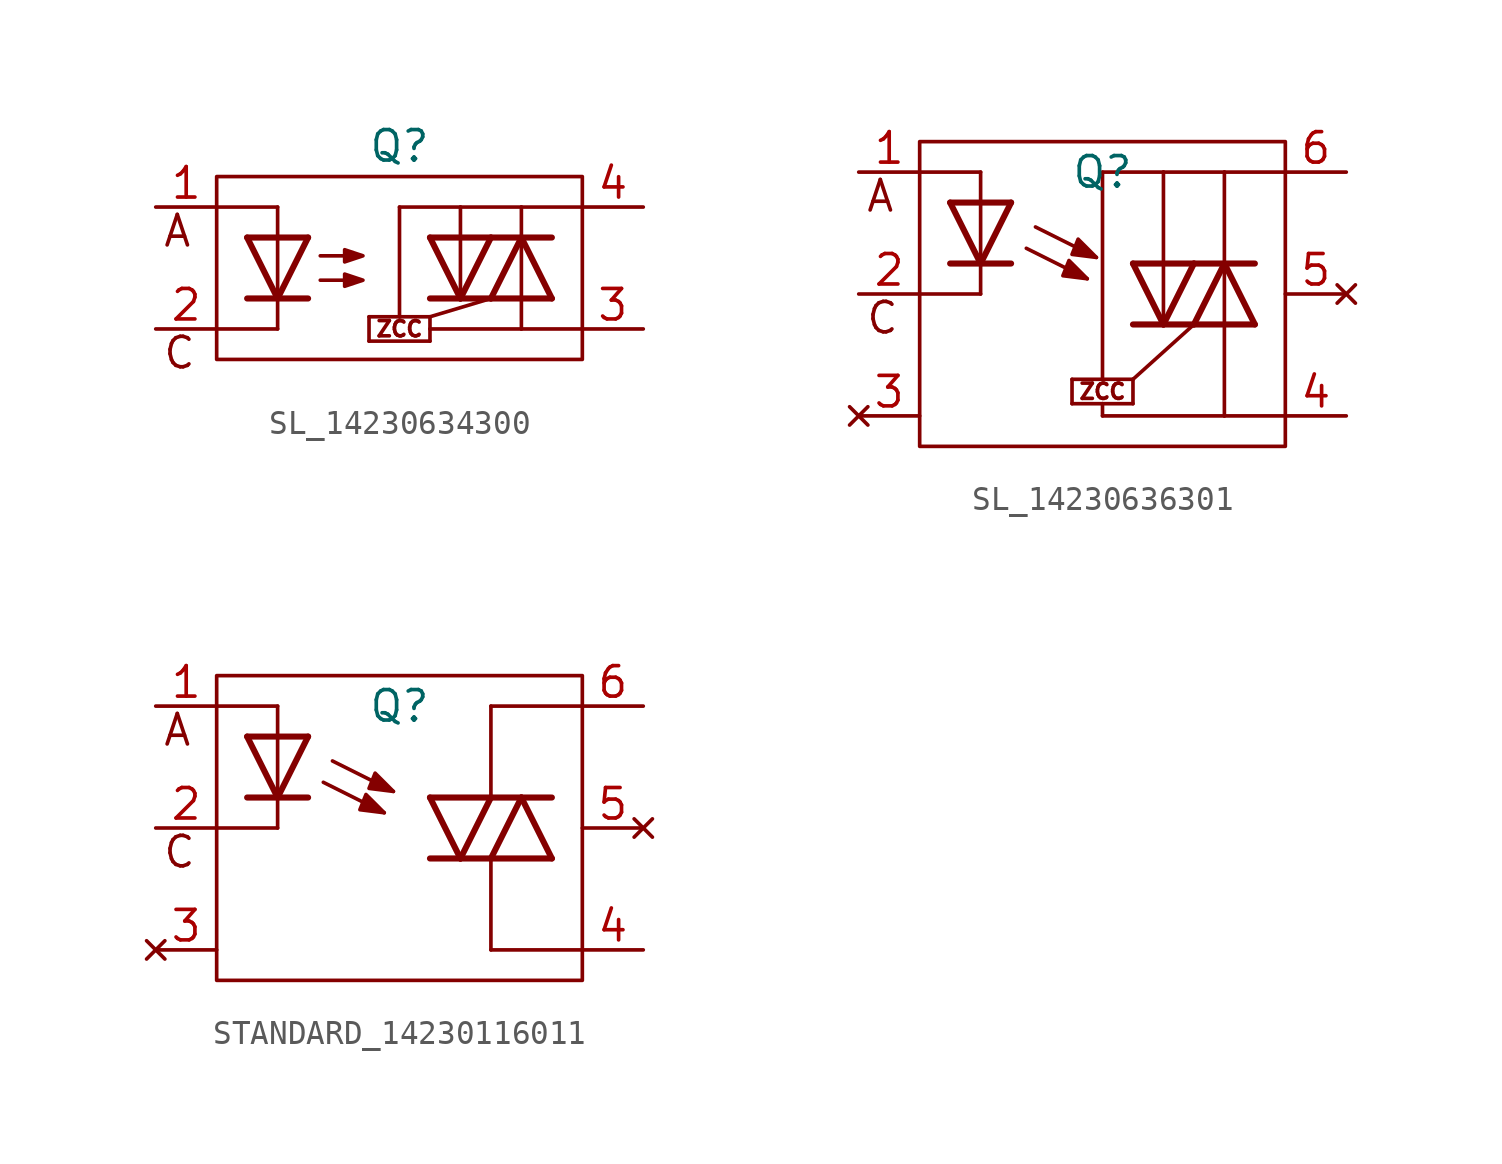
<source format=kicad_sym>
(kicad_symbol_lib
  (version 20220914)
  (generator kicad_symbol_editor)
  (symbol "SL_14230634300"
    (pin_names hide)
    (property "Reference" "Q"
      (at 0 5.08 0)
      (effects (font (size 1.27 1.27))))
    (symbol "SL_14230634300_0_0"
      (polyline (pts (xy -5.08 -2.54) (xy -7.62 -2.54)) (stroke (width 0.152) (type default)) (fill (type none)))
      (polyline (pts (xy -5.08 -1.27) (xy -6.35 -1.27)) (stroke (width 0.254) (type default)) (fill (type none)))
      (polyline (pts (xy -5.08 -1.27) (xy -6.35 1.27)) (stroke (width 0.254) (type default)) (fill (type none)))
      (polyline (pts (xy -5.08 -1.27) (xy -5.08 -2.54)) (stroke (width 0.152) (type default)) (fill (type none)))
      (polyline (pts (xy -5.08 1.27) (xy -6.35 1.27)) (stroke (width 0.254) (type default)) (fill (type none)))
      (polyline (pts (xy -5.08 1.27) (xy -5.08 -1.27)) (stroke (width 0.152) (type default)) (fill (type none)))
      (polyline (pts (xy -5.08 1.27) (xy -5.08 2.54)) (stroke (width 0.152) (type default)) (fill (type none)))
      (polyline (pts (xy -3.81 -1.27) (xy -5.08 -1.27)) (stroke (width 0.254) (type default)) (fill (type none)))
      (polyline (pts (xy -3.81 1.27) (xy -5.08 -1.27)) (stroke (width 0.254) (type default)) (fill (type none)))
      (polyline (pts (xy -3.81 1.27) (xy -5.08 1.27)) (stroke (width 0.254) (type default)) (fill (type none)))
      (polyline (pts (xy -3.302 -0.508) (xy -2.032 -0.508)) (stroke (width 0.152) (type default)) (fill (type none)))
      (polyline (pts (xy -3.302 0.508) (xy -2.032 0.508)) (stroke (width 0.152) (type default)) (fill (type none)))
      (polyline (pts (xy -1.27 -3.048) (xy -1.27 -2.032)) (stroke (width 0.152) (type default)) (fill (type none)))
      (polyline (pts (xy -1.27 -2.032) (xy 0 -2.032)) (stroke (width 0.152) (type default)) (fill (type none)))
      (polyline (pts (xy 0 -2.032) (xy 1.27 -2.032)) (stroke (width 0.152) (type default)) (fill (type none)))
      (polyline (pts (xy 0 2.54) (xy 0 -2.032)) (stroke (width 0.152) (type default)) (fill (type none)))
      (polyline (pts (xy 1.27 -3.048) (xy -1.27 -3.048)) (stroke (width 0.152) (type default)) (fill (type none)))
      (polyline (pts (xy 1.27 -2.54) (xy 1.27 -3.048)) (stroke (width 0.152) (type default)) (fill (type none)))
      (polyline (pts (xy 1.27 -2.54) (xy 5.08 -2.54)) (stroke (width 0.152) (type default)) (fill (type none)))
      (polyline (pts (xy 1.27 -2.032) (xy 1.27 -2.54)) (stroke (width 0.152) (type default)) (fill (type none)))
      (polyline (pts (xy 2.54 -1.27) (xy 1.27 -1.27)) (stroke (width 0.254) (type default)) (fill (type none)))
      (polyline (pts (xy 2.54 -1.27) (xy 1.27 1.27)) (stroke (width 0.254) (type default)) (fill (type none)))
      (polyline (pts (xy 2.54 1.27) (xy 1.27 1.27)) (stroke (width 0.254) (type default)) (fill (type none)))
      (polyline (pts (xy 2.54 1.27) (xy 2.54 -1.27)) (stroke (width 0.152) (type default)) (fill (type none)))
      (polyline (pts (xy 2.54 1.27) (xy 2.54 2.54)) (stroke (width 0.152) (type default)) (fill (type none)))
      (polyline (pts (xy 2.54 2.54) (xy 0 2.54)) (stroke (width 0.152) (type default)) (fill (type none)))
      (polyline (pts (xy 3.81 -1.27) (xy 1.27 -2.032)) (stroke (width 0.152) (type default)) (fill (type none)))
      (polyline (pts (xy 3.81 -1.27) (xy 2.54 -1.27)) (stroke (width 0.254) (type default)) (fill (type none)))
      (polyline (pts (xy 3.81 -1.27) (xy 5.08 -1.27)) (stroke (width 0.254) (type default)) (fill (type none)))
      (polyline (pts (xy 3.81 -1.27) (xy 5.08 1.27)) (stroke (width 0.254) (type default)) (fill (type none)))
      (polyline (pts (xy 3.81 1.27) (xy 2.54 -1.27)) (stroke (width 0.254) (type default)) (fill (type none)))
      (polyline (pts (xy 3.81 1.27) (xy 2.54 1.27)) (stroke (width 0.254) (type default)) (fill (type none)))
      (polyline (pts (xy 3.81 1.27) (xy 5.08 1.27)) (stroke (width 0.254) (type default)) (fill (type none)))
      (polyline (pts (xy 5.08 -1.27) (xy 5.08 -2.54)) (stroke (width 0.152) (type default)) (fill (type none)))
      (polyline (pts (xy 5.08 -1.27) (xy 5.08 1.27)) (stroke (width 0.152) (type default)) (fill (type none)))
      (polyline (pts (xy 5.08 -1.27) (xy 6.35 -1.27)) (stroke (width 0.254) (type default)) (fill (type none)))
      (polyline (pts (xy 5.08 1.27) (xy 5.08 2.54)) (stroke (width 0.152) (type default)) (fill (type none)))
      (polyline (pts (xy 5.08 1.27) (xy 6.35 -1.27)) (stroke (width 0.254) (type default)) (fill (type none)))
      (polyline (pts (xy 5.08 1.27) (xy 6.35 1.27)) (stroke (width 0.254) (type default)) (fill (type none)))
      (polyline (pts (xy 5.08 2.54) (xy 2.54 2.54)) (stroke (width 0.152) (type default)) (fill (type none)))
      (polyline (pts (xy 7.62 -2.54) (xy 5.08 -2.54)) (stroke (width 0.152) (type default)) (fill (type none)))
      (polyline (pts (xy 7.62 2.54) (xy 5.08 2.54)) (stroke (width 0.152) (type default)) (fill (type none)))
      (polyline (pts (xy -2.286 -0.254) (xy -1.524 -0.508) (xy -2.286 -0.762) (xy -2.286 -0.254)) (stroke (width 0.152) (type default)) (fill (type outline)))
      (polyline (pts (xy -2.286 0.762) (xy -1.524 0.508) (xy -2.286 0.254) (xy -2.286 0.762)) (stroke (width 0.152) (type default)) (fill (type outline)))
      (text "A" (at -9.906 2.286 0) (effects (font (size 1.27 1.27)) (justify left top)))
      (text "C" (at -9.906 -2.794 0) (effects (font (size 1.27 1.27)) (justify left top))))
    (symbol "SL_14230634300_0_1"
      (rectangle (start -7.62 3.81) (end 7.62 -3.81) (stroke (width 0) (type default)) (fill (type none))))
    (symbol "SL_14230634300_1_0"
      (polyline (pts (xy -5.08 2.54) (xy -7.62 2.54)) (stroke (width 0.152) (type default)) (fill (type none)))
      (text "ZCC" (at 0 -2.54 0) (effects (font (size 0.635 0.635))))
      (pin passive line (at -10.16 2.54 0) (length 2.54) (name "Anode" (effects (font (size 1.27 1.27)))) (number "1" (effects (font (size 1.27 1.27)))))
      (pin passive line (at -10.16 -2.54 0) (length 2.54) (name "Cathode" (effects (font (size 1.27 1.27)))) (number "2" (effects (font (size 1.27 1.27)))))
      (pin passive line (at 10.16 -2.54 180) (length 2.54) (name "Teminal" (effects (font (size 1.27 1.27)))) (number "3" (effects (font (size 1.27 1.27)))))
      (pin passive line (at 10.16 2.54 180) (length 2.54) (name "Teminal" (effects (font (size 1.27 1.27)))) (number "4" (effects (font (size 1.27 1.27)))))))
  (symbol "SL_14230636301"
    (pin_names hide)
    (property "Reference" "Q"
      (at 0 5.08 0)
      (effects (font (size 1.27 1.27))))
    (symbol "SL_14230636301_0_0"
      (rectangle (start -7.62 6.35) (end 7.62 -6.35) (stroke (width 0) (type default)) (fill (type none)))
      (polyline (pts (xy -5.08 0) (xy -7.62 0)) (stroke (width 0.152) (type default)) (fill (type none)))
      (polyline (pts (xy -5.08 1.27) (xy -6.35 1.27)) (stroke (width 0.254) (type default)) (fill (type none)))
      (polyline (pts (xy -5.08 1.27) (xy -6.35 3.81)) (stroke (width 0.254) (type default)) (fill (type none)))
      (polyline (pts (xy -5.08 1.27) (xy -5.08 0)) (stroke (width 0.152) (type default)) (fill (type none)))
      (polyline (pts (xy -5.08 3.81) (xy -6.35 3.81)) (stroke (width 0.254) (type default)) (fill (type none)))
      (polyline (pts (xy -5.08 3.81) (xy -5.08 1.27)) (stroke (width 0.152) (type default)) (fill (type none)))
      (polyline (pts (xy -5.08 3.81) (xy -5.08 5.08)) (stroke (width 0.152) (type default)) (fill (type none)))
      (polyline (pts (xy -5.08 5.08) (xy -7.62 5.08)) (stroke (width 0.152) (type default)) (fill (type none)))
      (polyline (pts (xy -3.81 1.27) (xy -5.08 1.27)) (stroke (width 0.254) (type default)) (fill (type none)))
      (polyline (pts (xy -3.81 3.81) (xy -5.08 1.27)) (stroke (width 0.254) (type default)) (fill (type none)))
      (polyline (pts (xy -3.81 3.81) (xy -5.08 3.81)) (stroke (width 0.254) (type default)) (fill (type none)))
      (polyline (pts (xy -3.175 1.905) (xy -0.635 0.635)) (stroke (width 0.152) (type default)) (fill (type none)))
      (polyline (pts (xy -2.794 2.794) (xy -0.254 1.524)) (stroke (width 0.152) (type default)) (fill (type none)))
      (polyline (pts (xy -1.27 -4.572) (xy -1.27 -3.556)) (stroke (width 0.152) (type default)) (fill (type none)))
      (polyline (pts (xy -1.27 -3.556) (xy 0 -3.556)) (stroke (width 0.152) (type default)) (fill (type none)))
      (polyline (pts (xy 0 -5.08) (xy 5.08 -5.08)) (stroke (width 0.152) (type default)) (fill (type none)))
      (polyline (pts (xy 0 -4.572) (xy -1.27 -4.572)) (stroke (width 0.152) (type default)) (fill (type none)))
      (polyline (pts (xy 0 -4.572) (xy 0 -5.08)) (stroke (width 0.152) (type default)) (fill (type none)))
      (polyline (pts (xy 0 -3.556) (xy 1.27 -3.556)) (stroke (width 0.152) (type default)) (fill (type none)))
      (polyline (pts (xy 0 5.08) (xy 0 -3.556)) (stroke (width 0.152) (type default)) (fill (type none)))
      (polyline (pts (xy 1.27 -4.572) (xy 0 -4.572)) (stroke (width 0.152) (type default)) (fill (type none)))
      (polyline (pts (xy 1.27 -3.556) (xy 1.27 -4.572)) (stroke (width 0.152) (type default)) (fill (type none)))
      (polyline (pts (xy 1.27 -3.556) (xy 3.81 -1.27)) (stroke (width 0.152) (type default)) (fill (type none)))
      (polyline (pts (xy 2.54 -1.27) (xy 1.27 -1.27)) (stroke (width 0.254) (type default)) (fill (type none)))
      (polyline (pts (xy 2.54 -1.27) (xy 1.27 1.27)) (stroke (width 0.254) (type default)) (fill (type none)))
      (polyline (pts (xy 2.54 1.27) (xy 1.27 1.27)) (stroke (width 0.254) (type default)) (fill (type none)))
      (polyline (pts (xy 2.54 1.27) (xy 2.54 -1.27)) (stroke (width 0.152) (type default)) (fill (type none)))
      (polyline (pts (xy 2.54 1.27) (xy 2.54 5.08)) (stroke (width 0.152) (type default)) (fill (type none)))
      (polyline (pts (xy 2.54 5.08) (xy 0 5.08)) (stroke (width 0.152) (type default)) (fill (type none)))
      (polyline (pts (xy 3.81 -1.27) (xy 2.54 -1.27)) (stroke (width 0.254) (type default)) (fill (type none)))
      (polyline (pts (xy 3.81 -1.27) (xy 5.08 -1.27)) (stroke (width 0.254) (type default)) (fill (type none)))
      (polyline (pts (xy 3.81 -1.27) (xy 5.08 1.27)) (stroke (width 0.254) (type default)) (fill (type none)))
      (polyline (pts (xy 3.81 1.27) (xy 2.54 -1.27)) (stroke (width 0.254) (type default)) (fill (type none)))
      (polyline (pts (xy 3.81 1.27) (xy 2.54 1.27)) (stroke (width 0.254) (type default)) (fill (type none)))
      (polyline (pts (xy 3.81 1.27) (xy 5.08 1.27)) (stroke (width 0.254) (type default)) (fill (type none)))
      (polyline (pts (xy 5.08 -1.27) (xy 5.08 -5.08)) (stroke (width 0.152) (type default)) (fill (type none)))
      (polyline (pts (xy 5.08 -1.27) (xy 5.08 1.27)) (stroke (width 0.152) (type default)) (fill (type none)))
      (polyline (pts (xy 5.08 -1.27) (xy 6.35 -1.27)) (stroke (width 0.254) (type default)) (fill (type none)))
      (polyline (pts (xy 5.08 1.27) (xy 5.08 5.08)) (stroke (width 0.152) (type default)) (fill (type none)))
      (polyline (pts (xy 5.08 1.27) (xy 6.35 -1.27)) (stroke (width 0.254) (type default)) (fill (type none)))
      (polyline (pts (xy 5.08 1.27) (xy 6.35 1.27)) (stroke (width 0.254) (type default)) (fill (type none)))
      (polyline (pts (xy 5.08 5.08) (xy 2.54 5.08)) (stroke (width 0.152) (type default)) (fill (type none)))
      (polyline (pts (xy 7.62 -5.08) (xy 5.08 -5.08)) (stroke (width 0.152) (type default)) (fill (type none)))
      (polyline (pts (xy 7.62 5.08) (xy 5.08 5.08)) (stroke (width 0.152) (type default)) (fill (type none)))
      (polyline (pts (xy -1.397 1.397) (xy -0.635 0.635) (xy -1.651 0.762) (xy -1.397 1.397)) (stroke (width 0.152) (type default)) (fill (type outline)))
      (polyline (pts (xy -1.016 2.286) (xy -0.254 1.524) (xy -1.27 1.651) (xy -1.016 2.286)) (stroke (width 0.152) (type default)) (fill (type outline)))
      (text "A" (at -9.906 4.826 0) (effects (font (size 1.27 1.27)) (justify left top)))
      (text "C" (at -9.906 -0.254 0) (effects (font (size 1.27 1.27)) (justify left top))))
    (symbol "SL_14230636301_1_0"
      (text "ZCC" (at 0 -4.064 0) (effects (font (size 0.635 0.635))))
      (pin passive line (at -10.16 5.08 0) (length 2.54) (name "Anode" (effects (font (size 1.27 1.27)))) (number "1" (effects (font (size 1.27 1.27)))))
      (pin passive line (at -10.16 0 0) (length 2.54) (name "Cathode" (effects (font (size 1.27 1.27)))) (number "2" (effects (font (size 1.27 1.27)))))
      (pin no_connect line (at -10.16 -5.08 0) (length 2.54) (name "NC" (effects (font (size 1.27 1.27)))) (number "3" (effects (font (size 1.27 1.27)))))
      (pin passive line (at 10.16 -5.08 180) (length 2.54) (name "Teminal" (effects (font (size 1.27 1.27)))) (number "4" (effects (font (size 1.27 1.27)))))
      (pin no_connect line (at 10.16 0 180) (length 2.54) (name "NC" (effects (font (size 1.27 1.27)))) (number "5" (effects (font (size 1.27 1.27)))))
      (pin passive line (at 10.16 5.08 180) (length 2.54) (name "Teminal" (effects (font (size 1.27 1.27)))) (number "6" (effects (font (size 1.27 1.27)))))))
  (symbol "STANDARD_14230116011"
    (pin_names hide)
    (property "Reference" "Q"
      (at 0 5.08 0)
      (effects (font (size 1.27 1.27))))
    (symbol "STANDARD_14230116011_0_0"
      (rectangle (start -7.62 6.35) (end 7.62 -6.35) (stroke (width 0) (type default)) (fill (type none)))
      (polyline (pts (xy -5.08 0) (xy -7.62 0)) (stroke (width 0.152) (type default)) (fill (type none)))
      (polyline (pts (xy -5.08 1.27) (xy -6.35 1.27)) (stroke (width 0.254) (type default)) (fill (type none)))
      (polyline (pts (xy -5.08 1.27) (xy -6.35 3.81)) (stroke (width 0.254) (type default)) (fill (type none)))
      (polyline (pts (xy -5.08 1.27) (xy -5.08 0)) (stroke (width 0.152) (type default)) (fill (type none)))
      (polyline (pts (xy -5.08 3.81) (xy -6.35 3.81)) (stroke (width 0.254) (type default)) (fill (type none)))
      (polyline (pts (xy -5.08 3.81) (xy -5.08 1.27)) (stroke (width 0.152) (type default)) (fill (type none)))
      (polyline (pts (xy -5.08 3.81) (xy -5.08 5.08)) (stroke (width 0.152) (type default)) (fill (type none)))
      (polyline (pts (xy -5.08 5.08) (xy -7.62 5.08)) (stroke (width 0.152) (type default)) (fill (type none)))
      (polyline (pts (xy -3.81 1.27) (xy -5.08 1.27)) (stroke (width 0.254) (type default)) (fill (type none)))
      (polyline (pts (xy -3.81 3.81) (xy -5.08 1.27)) (stroke (width 0.254) (type default)) (fill (type none)))
      (polyline (pts (xy -3.81 3.81) (xy -5.08 3.81)) (stroke (width 0.254) (type default)) (fill (type none)))
      (polyline (pts (xy -3.175 1.905) (xy -0.635 0.635)) (stroke (width 0.152) (type default)) (fill (type none)))
      (polyline (pts (xy -2.794 2.794) (xy -0.254 1.524)) (stroke (width 0.152) (type default)) (fill (type none)))
      (polyline (pts (xy 2.54 -1.27) (xy 1.27 -1.27)) (stroke (width 0.254) (type default)) (fill (type none)))
      (polyline (pts (xy 2.54 -1.27) (xy 1.27 1.27)) (stroke (width 0.254) (type default)) (fill (type none)))
      (polyline (pts (xy 3.81 -1.27) (xy 2.54 -1.27)) (stroke (width 0.254) (type default)) (fill (type none)))
      (polyline (pts (xy 3.81 -1.27) (xy 3.81 -5.08)) (stroke (width 0.152) (type default)) (fill (type none)))
      (polyline (pts (xy 3.81 -1.27) (xy 5.08 1.27)) (stroke (width 0.254) (type default)) (fill (type none)))
      (polyline (pts (xy 3.81 -1.27) (xy 6.35 -1.27)) (stroke (width 0.254) (type default)) (fill (type none)))
      (polyline (pts (xy 3.81 1.27) (xy 1.27 1.27)) (stroke (width 0.254) (type default)) (fill (type none)))
      (polyline (pts (xy 3.81 1.27) (xy 2.54 -1.27)) (stroke (width 0.254) (type default)) (fill (type none)))
      (polyline (pts (xy 3.81 1.27) (xy 3.81 5.08)) (stroke (width 0.152) (type default)) (fill (type none)))
      (polyline (pts (xy 3.81 1.27) (xy 5.08 1.27)) (stroke (width 0.254) (type default)) (fill (type none)))
      (polyline (pts (xy 5.08 1.27) (xy 6.35 -1.27)) (stroke (width 0.254) (type default)) (fill (type none)))
      (polyline (pts (xy 5.08 1.27) (xy 6.35 1.27)) (stroke (width 0.254) (type default)) (fill (type none)))
      (polyline (pts (xy 7.62 -5.08) (xy 3.81 -5.08)) (stroke (width 0.152) (type default)) (fill (type none)))
      (polyline (pts (xy 7.62 5.08) (xy 3.81 5.08)) (stroke (width 0.152) (type default)) (fill (type none)))
      (polyline (pts (xy -1.397 1.397) (xy -0.635 0.635) (xy -1.651 0.762) (xy -1.397 1.397)) (stroke (width 0.152) (type default)) (fill (type outline)))
      (polyline (pts (xy -1.016 2.286) (xy -0.254 1.524) (xy -1.27 1.651) (xy -1.016 2.286)) (stroke (width 0.152) (type default)) (fill (type outline)))
      (text "A" (at -9.906 4.826 0) (effects (font (size 1.27 1.27)) (justify left top)))
      (text "C" (at -9.906 -0.254 0) (effects (font (size 1.27 1.27)) (justify left top))))
    (symbol "STANDARD_14230116011_1_0"
      (pin passive line (at -10.16 5.08 0) (length 2.54) (name "Anode" (effects (font (size 1.27 1.27)))) (number "1" (effects (font (size 1.27 1.27)))))
      (pin passive line (at -10.16 0 0) (length 2.54) (name "Cathode" (effects (font (size 1.27 1.27)))) (number "2" (effects (font (size 1.27 1.27)))))
      (pin no_connect line (at -10.16 -5.08 0) (length 2.54) (name "NC" (effects (font (size 1.27 1.27)))) (number "3" (effects (font (size 1.27 1.27)))))
      (pin passive line (at 10.16 -5.08 180) (length 2.54) (name "Teminal" (effects (font (size 1.27 1.27)))) (number "4" (effects (font (size 1.27 1.27)))))
      (pin no_connect line (at 10.16 0 180) (length 2.54) (name "NC" (effects (font (size 1.27 1.27)))) (number "5" (effects (font (size 1.27 1.27)))))
      (pin passive line (at 10.16 5.08 180) (length 2.54) (name "Teminal" (effects (font (size 1.27 1.27)))) (number "6" (effects (font (size 1.27 1.27))))))))
</source>
